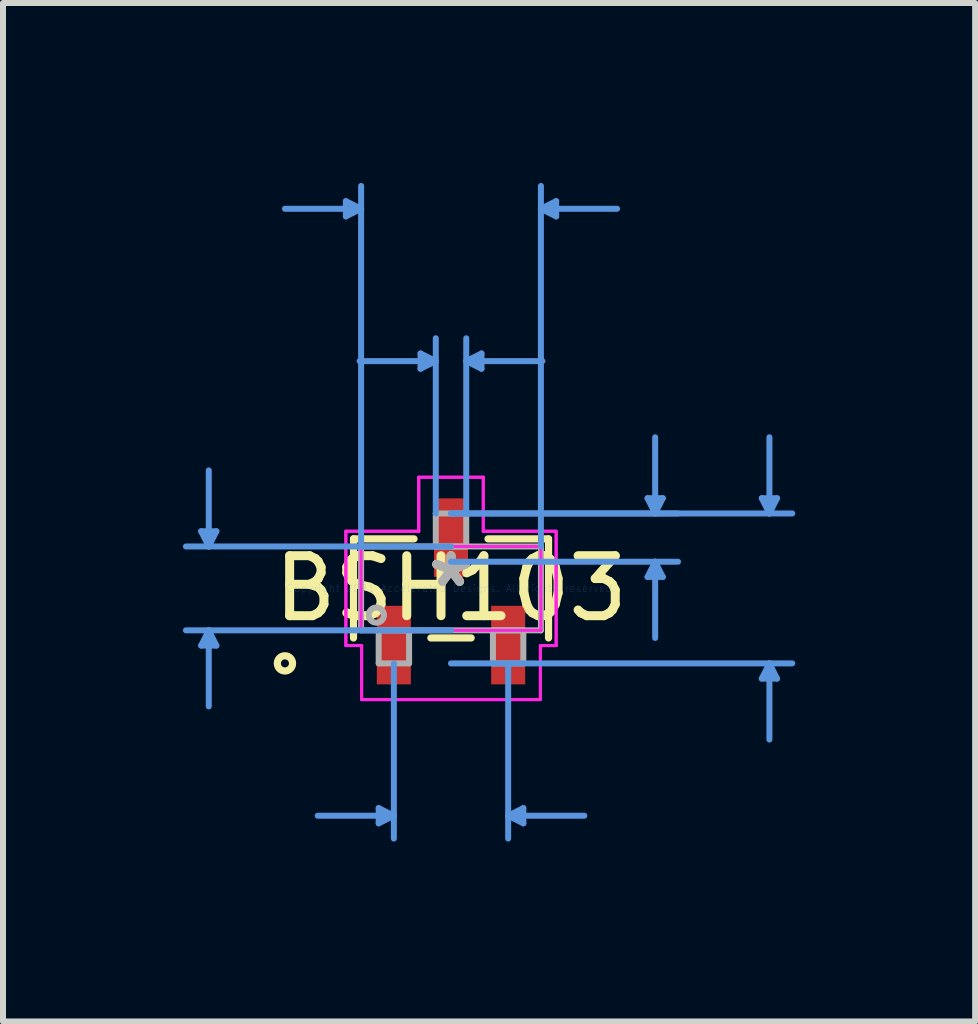
<source format=kicad_pcb>
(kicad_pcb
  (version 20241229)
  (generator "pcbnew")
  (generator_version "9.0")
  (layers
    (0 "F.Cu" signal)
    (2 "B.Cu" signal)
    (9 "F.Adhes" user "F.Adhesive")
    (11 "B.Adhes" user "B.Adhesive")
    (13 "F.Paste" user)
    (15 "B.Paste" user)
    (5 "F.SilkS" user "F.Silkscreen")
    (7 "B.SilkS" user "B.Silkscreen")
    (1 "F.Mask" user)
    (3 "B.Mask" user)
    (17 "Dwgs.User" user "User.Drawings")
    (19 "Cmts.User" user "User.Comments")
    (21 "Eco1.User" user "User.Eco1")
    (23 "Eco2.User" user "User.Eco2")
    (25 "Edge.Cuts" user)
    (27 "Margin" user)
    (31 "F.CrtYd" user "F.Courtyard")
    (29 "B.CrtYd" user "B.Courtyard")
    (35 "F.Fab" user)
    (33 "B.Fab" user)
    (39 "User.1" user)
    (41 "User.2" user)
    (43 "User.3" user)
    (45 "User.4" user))
  (footprint "BSH103"
    (layer "F.Cu")
    (at 4.47 6.761)
    (property "Reference" "BSH103" (at 0 0 0) (layer "F.SilkS") (effects (font (size 1 1) (thickness 0.15))))
    (attr through_hole)
    (fp_line (start -1.626 -0.826) (end -1.626 0.826) (stroke (width 0.12) (type solid)) (layer "F.SilkS"))
    (fp_line (start -0.617 -0.826) (end -1.626 -0.826) (stroke (width 0.12) (type solid)) (layer "F.SilkS"))
    (fp_line (start -0.336 0.826) (end 0.336 0.826) (stroke (width 0.12) (type solid)) (layer "F.SilkS"))
    (fp_line (start 1.626 -0.826) (end 0.617 -0.826) (stroke (width 0.12) (type solid)) (layer "F.SilkS"))
    (fp_line (start 1.626 0.826) (end 1.626 -0.826) (stroke (width 0.12) (type solid)) (layer "F.SilkS"))
    (fp_circle (center -2.769 1.25) (end -2.642 1.25) (stroke (width 0.12) (type solid)) (fill no) (layer "F.SilkS"))
    (fp_line (start -4.166 -0.953) (end -3.912 -0.953) (stroke (width 0.1) (type solid)) (layer "Cmts.User"))
    (fp_line (start -4.166 0.953) (end -3.912 0.953) (stroke (width 0.1) (type solid)) (layer "Cmts.User"))
    (fp_line (start -4.039 -0.699) (end -4.166 -0.953) (stroke (width 0.1) (type solid)) (layer "Cmts.User"))
    (fp_line (start -4.039 -0.699) (end -4.039 -1.968) (stroke (width 0.1) (type solid)) (layer "Cmts.User"))
    (fp_line (start -4.039 -0.699) (end -3.912 -0.953) (stroke (width 0.1) (type solid)) (layer "Cmts.User"))
    (fp_line (start -4.039 0.699) (end -4.166 0.953) (stroke (width 0.1) (type solid)) (layer "Cmts.User"))
    (fp_line (start -4.039 0.699) (end -4.039 1.968) (stroke (width 0.1) (type solid)) (layer "Cmts.User"))
    (fp_line (start -4.039 0.699) (end -3.912 0.953) (stroke (width 0.1) (type solid)) (layer "Cmts.User"))
    (fp_line (start -1.753 -6.457) (end -1.753 -6.203) (stroke (width 0.1) (type solid)) (layer "Cmts.User"))
    (fp_line (start -1.499 -6.33) (end -2.769 -6.33) (stroke (width 0.1) (type solid)) (layer "Cmts.User"))
    (fp_line (start -1.499 -6.33) (end -1.753 -6.457) (stroke (width 0.1) (type solid)) (layer "Cmts.User"))
    (fp_line (start -1.499 -6.33) (end -1.753 -6.203) (stroke (width 0.1) (type solid)) (layer "Cmts.User"))
    (fp_line (start -1.499 -0.699) (end -1.499 -6.711) (stroke (width 0.1) (type solid)) (layer "Cmts.User"))
    (fp_line (start -1.206 3.663) (end -1.206 3.917) (stroke (width 0.1) (type solid)) (layer "Cmts.User"))
    (fp_line (start -0.953 1.25) (end -0.953 4.171) (stroke (width 0.1) (type solid)) (layer "Cmts.User"))
    (fp_line (start -0.953 3.79) (end -2.223 3.79) (stroke (width 0.1) (type solid)) (layer "Cmts.User"))
    (fp_line (start -0.953 3.79) (end -1.206 3.663) (stroke (width 0.1) (type solid)) (layer "Cmts.User"))
    (fp_line (start -0.953 3.79) (end -1.206 3.917) (stroke (width 0.1) (type solid)) (layer "Cmts.User"))
    (fp_line (start -0.508 -3.917) (end -0.508 -3.663) (stroke (width 0.1) (type solid)) (layer "Cmts.User"))
    (fp_line (start -0.254 -3.79) (end -1.524 -3.79) (stroke (width 0.1) (type solid)) (layer "Cmts.User"))
    (fp_line (start -0.254 -3.79) (end -0.508 -3.917) (stroke (width 0.1) (type solid)) (layer "Cmts.User"))
    (fp_line (start -0.254 -3.79) (end -0.508 -3.663) (stroke (width 0.1) (type solid)) (layer "Cmts.User"))
    (fp_line (start -0.254 -1.25) (end -0.254 -4.171) (stroke (width 0.1) (type solid)) (layer "Cmts.User"))
    (fp_line (start 0 -1.25) (end 3.785 -1.25) (stroke (width 0.1) (type solid)) (layer "Cmts.User"))
    (fp_line (start 0 -1.25) (end 5.69 -1.25) (stroke (width 0.1) (type solid)) (layer "Cmts.User"))
    (fp_line (start 0 -0.699) (end -4.42 -0.699) (stroke (width 0.1) (type solid)) (layer "Cmts.User"))
    (fp_line (start 0 -0.445) (end 3.785 -0.445) (stroke (width 0.1) (type solid)) (layer "Cmts.User"))
    (fp_line (start 0 0.699) (end -4.42 0.699) (stroke (width 0.1) (type solid)) (layer "Cmts.User"))
    (fp_line (start 0 1.25) (end 5.69 1.25) (stroke (width 0.1) (type solid)) (layer "Cmts.User"))
    (fp_line (start 0.254 -3.79) (end 0.508 -3.917) (stroke (width 0.1) (type solid)) (layer "Cmts.User"))
    (fp_line (start 0.254 -3.79) (end 0.508 -3.663) (stroke (width 0.1) (type solid)) (layer "Cmts.User"))
    (fp_line (start 0.254 -3.79) (end 1.524 -3.79) (stroke (width 0.1) (type solid)) (layer "Cmts.User"))
    (fp_line (start 0.254 -1.25) (end 0.254 -4.171) (stroke (width 0.1) (type solid)) (layer "Cmts.User"))
    (fp_line (start 0.508 -3.917) (end 0.508 -3.663) (stroke (width 0.1) (type solid)) (layer "Cmts.User"))
    (fp_line (start 0.953 1.25) (end 0.953 4.171) (stroke (width 0.1) (type solid)) (layer "Cmts.User"))
    (fp_line (start 0.953 3.79) (end 1.206 3.663) (stroke (width 0.1) (type solid)) (layer "Cmts.User"))
    (fp_line (start 0.953 3.79) (end 1.206 3.917) (stroke (width 0.1) (type solid)) (layer "Cmts.User"))
    (fp_line (start 0.953 3.79) (end 2.223 3.79) (stroke (width 0.1) (type solid)) (layer "Cmts.User"))
    (fp_line (start 1.206 3.663) (end 1.206 3.917) (stroke (width 0.1) (type solid)) (layer "Cmts.User"))
    (fp_line (start 1.499 -6.33) (end 1.753 -6.457) (stroke (width 0.1) (type solid)) (layer "Cmts.User"))
    (fp_line (start 1.499 -6.33) (end 1.753 -6.203) (stroke (width 0.1) (type solid)) (layer "Cmts.User"))
    (fp_line (start 1.499 -6.33) (end 2.769 -6.33) (stroke (width 0.1) (type solid)) (layer "Cmts.User"))
    (fp_line (start 1.499 -0.699) (end 1.499 -6.711) (stroke (width 0.1) (type solid)) (layer "Cmts.User"))
    (fp_line (start 1.753 -6.457) (end 1.753 -6.203) (stroke (width 0.1) (type solid)) (layer "Cmts.User"))
    (fp_line (start 3.277 -1.504) (end 3.531 -1.504) (stroke (width 0.1) (type solid)) (layer "Cmts.User"))
    (fp_line (start 3.277 -0.191) (end 3.531 -0.191) (stroke (width 0.1) (type solid)) (layer "Cmts.User"))
    (fp_line (start 3.404 -1.25) (end 3.277 -1.504) (stroke (width 0.1) (type solid)) (layer "Cmts.User"))
    (fp_line (start 3.404 -1.25) (end 3.404 -2.52) (stroke (width 0.1) (type solid)) (layer "Cmts.User"))
    (fp_line (start 3.404 -1.25) (end 3.531 -1.504) (stroke (width 0.1) (type solid)) (layer "Cmts.User"))
    (fp_line (start 3.404 -0.445) (end 3.277 -0.191) (stroke (width 0.1) (type solid)) (layer "Cmts.User"))
    (fp_line (start 3.404 -0.445) (end 3.404 0.826) (stroke (width 0.1) (type solid)) (layer "Cmts.User"))
    (fp_line (start 3.404 -0.445) (end 3.531 -0.191) (stroke (width 0.1) (type solid)) (layer "Cmts.User"))
    (fp_line (start 5.182 -1.504) (end 5.436 -1.504) (stroke (width 0.1) (type solid)) (layer "Cmts.User"))
    (fp_line (start 5.182 1.504) (end 5.436 1.504) (stroke (width 0.1) (type solid)) (layer "Cmts.User"))
    (fp_line (start 5.309 -1.25) (end 5.182 -1.504) (stroke (width 0.1) (type solid)) (layer "Cmts.User"))
    (fp_line (start 5.309 -1.25) (end 5.309 -2.52) (stroke (width 0.1) (type solid)) (layer "Cmts.User"))
    (fp_line (start 5.309 -1.25) (end 5.436 -1.504) (stroke (width 0.1) (type solid)) (layer "Cmts.User"))
    (fp_line (start 5.309 1.25) (end 5.182 1.504) (stroke (width 0.1) (type solid)) (layer "Cmts.User"))
    (fp_line (start 5.309 1.25) (end 5.309 2.52) (stroke (width 0.1) (type solid)) (layer "Cmts.User"))
    (fp_line (start 5.309 1.25) (end 5.436 1.504) (stroke (width 0.1) (type solid)) (layer "Cmts.User"))
    (fp_line (start -1.753 -0.953) (end -0.538 -0.953) (stroke (width 0.05) (type solid)) (layer "F.CrtYd"))
    (fp_line (start -1.753 -0.953) (end -0.538 -0.953) (stroke (width 0.05) (type solid)) (layer "F.CrtYd"))
    (fp_line (start -1.753 0.953) (end -1.753 -0.953) (stroke (width 0.05) (type solid)) (layer "F.CrtYd"))
    (fp_line (start -1.753 0.953) (end -1.753 -0.953) (stroke (width 0.05) (type solid)) (layer "F.CrtYd"))
    (fp_line (start -1.753 0.953) (end -1.49 0.953) (stroke (width 0.05) (type solid)) (layer "F.CrtYd"))
    (fp_line (start -1.499 -0.699) (end 1.499 -0.699) (stroke (width 0.05) (type solid)) (layer "F.CrtYd"))
    (fp_line (start -1.499 0.699) (end -1.499 -0.699) (stroke (width 0.05) (type solid)) (layer "F.CrtYd"))
    (fp_line (start -1.49 0.953) (end -1.753 0.953) (stroke (width 0.05) (type solid)) (layer "F.CrtYd"))
    (fp_line (start -1.49 0.953) (end -1.49 1.854) (stroke (width 0.05) (type solid)) (layer "F.CrtYd"))
    (fp_line (start -1.49 1.854) (end -1.49 0.953) (stroke (width 0.05) (type solid)) (layer "F.CrtYd"))
    (fp_line (start -1.49 1.854) (end 1.49 1.854) (stroke (width 0.05) (type solid)) (layer "F.CrtYd"))
    (fp_line (start -0.538 -1.854) (end 0.538 -1.854) (stroke (width 0.05) (type solid)) (layer "F.CrtYd"))
    (fp_line (start -0.538 -1.854) (end 0.538 -1.854) (stroke (width 0.05) (type solid)) (layer "F.CrtYd"))
    (fp_line (start -0.538 -0.953) (end -0.538 -1.854) (stroke (width 0.05) (type solid)) (layer "F.CrtYd"))
    (fp_line (start -0.538 -0.953) (end -0.538 -1.854) (stroke (width 0.05) (type solid)) (layer "F.CrtYd"))
    (fp_line (start 0.538 -1.854) (end 0.538 -0.953) (stroke (width 0.05) (type solid)) (layer "F.CrtYd"))
    (fp_line (start 0.538 -0.953) (end 0.538 -1.854) (stroke (width 0.05) (type solid)) (layer "F.CrtYd"))
    (fp_line (start 0.538 -0.953) (end 1.753 -0.953) (stroke (width 0.05) (type solid)) (layer "F.CrtYd"))
    (fp_line (start 1.49 0.953) (end 1.49 1.854) (stroke (width 0.05) (type solid)) (layer "F.CrtYd"))
    (fp_line (start 1.49 0.953) (end 1.49 1.854) (stroke (width 0.05) (type solid)) (layer "F.CrtYd"))
    (fp_line (start 1.49 1.854) (end -1.49 1.854) (stroke (width 0.05) (type solid)) (layer "F.CrtYd"))
    (fp_line (start 1.499 -0.699) (end 1.499 0.699) (stroke (width 0.05) (type solid)) (layer "F.CrtYd"))
    (fp_line (start 1.499 0.699) (end -1.499 0.699) (stroke (width 0.05) (type solid)) (layer "F.CrtYd"))
    (fp_line (start 1.753 -0.953) (end 0.538 -0.953) (stroke (width 0.05) (type solid)) (layer "F.CrtYd"))
    (fp_line (start 1.753 -0.953) (end 1.753 0.953) (stroke (width 0.05) (type solid)) (layer "F.CrtYd"))
    (fp_line (start 1.753 -0.953) (end 1.753 0.953) (stroke (width 0.05) (type solid)) (layer "F.CrtYd"))
    (fp_line (start 1.753 0.953) (end 1.49 0.953) (stroke (width 0.05) (type solid)) (layer "F.CrtYd"))
    (fp_line (start 1.753 0.953) (end 1.49 0.953) (stroke (width 0.05) (type solid)) (layer "F.CrtYd"))
    (fp_line (start -1.499 -0.699) (end -1.499 0.699) (stroke (width 0.1) (type solid)) (layer "F.Fab"))
    (fp_line (start -1.499 0.699) (end 1.499 0.699) (stroke (width 0.1) (type solid)) (layer "F.Fab"))
    (fp_line (start -1.206 0.699) (end -1.206 1.25) (stroke (width 0.1) (type solid)) (layer "F.Fab"))
    (fp_line (start -1.206 1.25) (end -0.699 1.25) (stroke (width 0.1) (type solid)) (layer "F.Fab"))
    (fp_line (start -0.699 0.699) (end -1.206 0.699) (stroke (width 0.1) (type solid)) (layer "F.Fab"))
    (fp_line (start -0.699 1.25) (end -0.699 0.699) (stroke (width 0.1) (type solid)) (layer "F.Fab"))
    (fp_line (start -0.254 -1.25) (end -0.254 -0.699) (stroke (width 0.1) (type solid)) (layer "F.Fab"))
    (fp_line (start -0.254 -0.699) (end 0.254 -0.699) (stroke (width 0.1) (type solid)) (layer "F.Fab"))
    (fp_line (start 0.254 -1.25) (end -0.254 -1.25) (stroke (width 0.1) (type solid)) (layer "F.Fab"))
    (fp_line (start 0.254 -0.699) (end 0.254 -1.25) (stroke (width 0.1) (type solid)) (layer "F.Fab"))
    (fp_line (start 0.699 0.699) (end 0.699 1.25) (stroke (width 0.1) (type solid)) (layer "F.Fab"))
    (fp_line (start 0.699 1.25) (end 1.206 1.25) (stroke (width 0.1) (type solid)) (layer "F.Fab"))
    (fp_line (start 1.206 0.699) (end 0.699 0.699) (stroke (width 0.1) (type solid)) (layer "F.Fab"))
    (fp_line (start 1.206 1.25) (end 1.206 0.699) (stroke (width 0.1) (type solid)) (layer "F.Fab"))
    (fp_line (start 1.499 -0.699) (end -1.499 -0.699) (stroke (width 0.1) (type solid)) (layer "F.Fab"))
    (fp_line (start 1.499 0.699) (end 1.499 -0.699) (stroke (width 0.1) (type solid)) (layer "F.Fab"))
    (fp_circle (center -1.245 0.445) (end -1.118 0.445) (stroke (width 0.1) (type solid)) (fill no) (layer "F.Fab"))
    (fp_text user "*" (at 0 0 0) (layer "F.SilkS") (effects (font (size 1 1) (thickness 0.15))))
    (fp_text user "Copyright 2021 Accelerated Designs. All rights reserved." (at 0 0 0) (layer "Cmts.User") (effects (font (size 0.127 0.127) (thickness 0.002))))
    (fp_text user "*" (at 0 0 0) (layer "F.Fab") (effects (font (size 1 1) (thickness 0.15))))
    (pad "1" smd rect (at -0.953 0.945) (size 0.568 1.31) (layers "F.Cu" "F.Mask" "F.Paste"))
    (pad "2" smd rect (at 0.953 0.945) (size 0.568 1.31) (layers "F.Cu" "F.Mask" "F.Paste"))
    (pad "3" smd rect (at 0 -0.847) (size 0.568 1.31) (layers "F.Cu" "F.Mask" "F.Paste")))
  (gr_rect
    (start -3 -3)
    (end 13.209 13.982)
    (stroke (width 0.1) (type default))
    (fill no)
    (layer "Edge.Cuts")))
</source>
